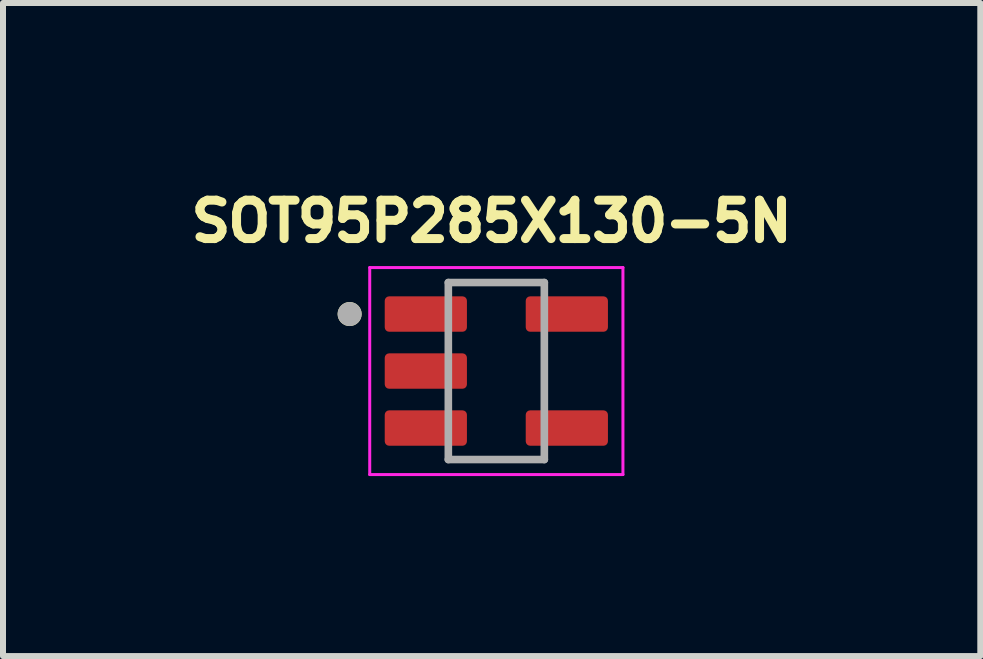
<source format=kicad_pcb>
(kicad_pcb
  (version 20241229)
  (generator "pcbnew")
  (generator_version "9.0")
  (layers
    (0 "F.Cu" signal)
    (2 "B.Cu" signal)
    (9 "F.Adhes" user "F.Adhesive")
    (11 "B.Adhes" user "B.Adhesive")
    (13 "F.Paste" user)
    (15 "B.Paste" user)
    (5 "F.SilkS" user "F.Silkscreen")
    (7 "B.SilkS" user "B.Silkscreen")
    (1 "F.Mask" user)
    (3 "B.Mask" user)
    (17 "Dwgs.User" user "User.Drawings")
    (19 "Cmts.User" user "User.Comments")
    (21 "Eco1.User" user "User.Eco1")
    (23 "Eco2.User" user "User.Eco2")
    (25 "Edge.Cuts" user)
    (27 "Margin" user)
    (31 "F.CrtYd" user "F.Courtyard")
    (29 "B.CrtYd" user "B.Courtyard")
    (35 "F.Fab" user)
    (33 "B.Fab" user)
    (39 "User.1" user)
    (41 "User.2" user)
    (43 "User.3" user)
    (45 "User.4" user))
  (footprint "SOT95P285X130-5N"
    (layer "F.Cu")
    (at 5.222 3.134)
    (property "Reference" "SOT95P285X130-5N" (at -0.078 -2.496 0) (layer "F.SilkS") (effects (font (size 0.64 0.64) (thickness 0.15))))
    (attr smd)
    (fp_circle (center -2.445 -0.95) (end -2.345 -0.95) (stroke (width 0.2) (type solid)) (fill no) (layer "F.SilkS"))
    (fp_line (start -2.11 -1.725) (end -2.11 1.725) (stroke (width 0.05) (type solid)) (layer "F.CrtYd"))
    (fp_line (start -2.11 1.725) (end 2.11 1.725) (stroke (width 0.05) (type solid)) (layer "F.CrtYd"))
    (fp_line (start 2.11 -1.725) (end -2.11 -1.725) (stroke (width 0.05) (type solid)) (layer "F.CrtYd"))
    (fp_line (start 2.11 1.725) (end 2.11 -1.725) (stroke (width 0.05) (type solid)) (layer "F.CrtYd"))
    (fp_line (start -0.8 -1.475) (end 0.8 -1.475) (stroke (width 0.127) (type solid)) (layer "F.Fab"))
    (fp_line (start -0.8 1.475) (end -0.8 -1.475) (stroke (width 0.127) (type solid)) (layer "F.Fab"))
    (fp_line (start 0.8 -1.475) (end 0.8 1.475) (stroke (width 0.127) (type solid)) (layer "F.Fab"))
    (fp_line (start 0.8 1.475) (end -0.8 1.475) (stroke (width 0.127) (type solid)) (layer "F.Fab"))
    (fp_circle (center -2.445 -0.95) (end -2.345 -0.95) (stroke (width 0.2) (type solid)) (fill no) (layer "F.Fab"))
    (pad "1" smd roundrect (at -1.175 -0.95) (size 1.37 0.59) (layers "F.Cu" "F.Mask" "F.Paste") (roundrect_rratio 0.125))
    (pad "2" smd roundrect (at -1.175 0) (size 1.37 0.59) (layers "F.Cu" "F.Mask" "F.Paste") (roundrect_rratio 0.125))
    (pad "3" smd roundrect (at -1.175 0.95) (size 1.37 0.59) (layers "F.Cu" "F.Mask" "F.Paste") (roundrect_rratio 0.125))
    (pad "4" smd roundrect (at 1.175 0.95) (size 1.37 0.59) (layers "F.Cu" "F.Mask" "F.Paste") (roundrect_rratio 0.125))
    (pad "5" smd roundrect (at 1.175 -0.95) (size 1.37 0.59) (layers "F.Cu" "F.Mask" "F.Paste") (roundrect_rratio 0.125)))
  (gr_rect
    (start -3 -3)
    (end 13.288 7.884)
    (stroke (width 0.1) (type default))
    (fill no)
    (layer "Edge.Cuts")))
</source>
